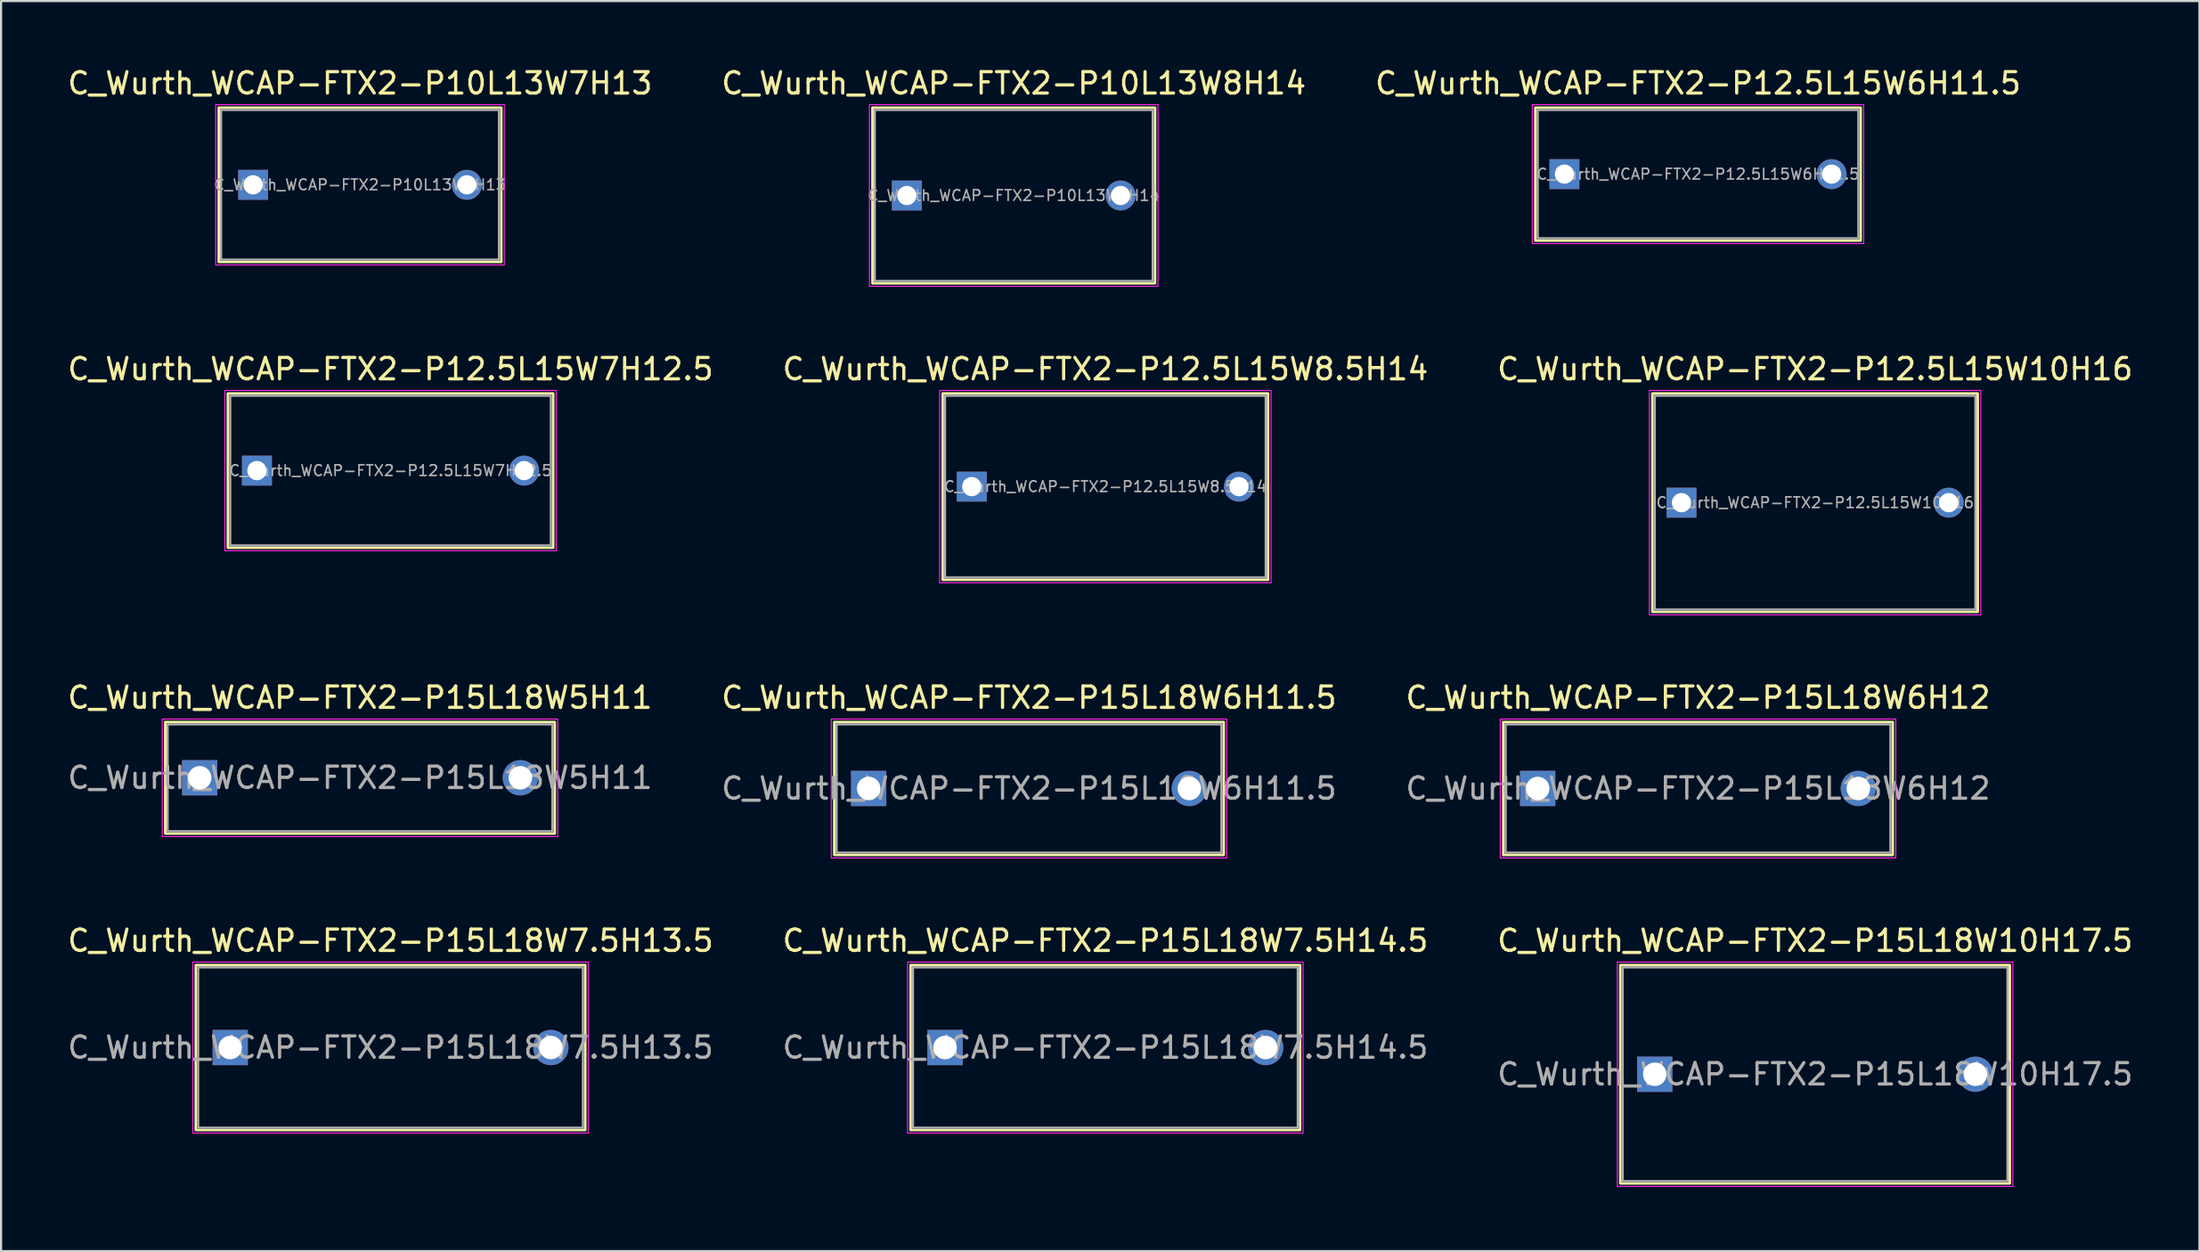
<source format=kicad_pcb>
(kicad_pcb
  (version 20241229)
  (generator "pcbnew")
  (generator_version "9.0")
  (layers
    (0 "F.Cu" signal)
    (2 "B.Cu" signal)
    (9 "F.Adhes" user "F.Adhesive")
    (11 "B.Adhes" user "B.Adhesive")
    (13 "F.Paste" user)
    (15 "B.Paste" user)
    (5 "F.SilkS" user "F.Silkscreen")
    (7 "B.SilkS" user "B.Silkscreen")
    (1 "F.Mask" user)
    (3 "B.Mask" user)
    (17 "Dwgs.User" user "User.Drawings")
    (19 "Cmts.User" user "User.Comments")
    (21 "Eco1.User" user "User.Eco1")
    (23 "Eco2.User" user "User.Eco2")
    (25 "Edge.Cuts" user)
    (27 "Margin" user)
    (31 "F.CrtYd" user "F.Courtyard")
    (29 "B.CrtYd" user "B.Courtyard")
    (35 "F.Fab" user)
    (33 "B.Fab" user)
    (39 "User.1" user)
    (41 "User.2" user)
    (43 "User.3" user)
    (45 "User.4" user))
  (footprint "C_Wurth_WCAP-FTX2-P12.5L15W10H16"
    (layer "F.Cu")
    (at 75.613 20.471)
    (property "Reference" "C_Wurth_WCAP-FTX2-P12.5L15W10H16" (at 6.25 -6.25 0) (unlocked yes) (layer "F.SilkS") (effects (font (size 1 1) (thickness 0.15))))
    (attr through_hole)
    (fp_rect (start -1.36 -5.11) (end 13.86 5.11) (stroke (width 0.12) (type solid)) (fill no) (layer "F.SilkS"))
    (fp_rect (start -1.5 -5.25) (end 14 5.25) (stroke (width 0.05) (type solid)) (fill no) (layer "F.CrtYd"))
    (fp_rect (start -1.25 -5) (end 13.75 5) (stroke (width 0.1) (type solid)) (fill no) (layer "F.Fab"))
    (fp_text user "${REFERENCE}" (at 6.25 0 0) (unlocked yes) (layer "F.Fab") (effects (font (size 0.5 0.5) (thickness 0.075))))
    (pad "1" thru_hole rect (at 0 0) (size 1.4 1.4) (drill 0.9) (layers "*.Cu" "*.Mask"))
    (pad "2" thru_hole circle (at 12.5 0) (size 1.4 1.4) (drill 0.9) (layers "*.Cu" "*.Mask")))
  (footprint "C_Wurth_WCAP-FTX2-P15L18W7.5H13.5"
    (layer "F.Cu")
    (at 7.72 45.968)
    (property "Reference" "C_Wurth_WCAP-FTX2-P15L18W7.5H13.5" (at 7.5 -5 0) (unlocked yes) (layer "F.SilkS") (effects (font (size 1 1) (thickness 0.15))))
    (attr through_hole)
    (fp_rect (start -1.61 -3.86) (end 16.61 3.86) (stroke (width 0.12) (type solid)) (fill no) (layer "F.SilkS"))
    (fp_rect (start -1.75 -4) (end 16.75 4) (stroke (width 0.05) (type solid)) (fill no) (layer "F.CrtYd"))
    (fp_rect (start -1.5 -3.75) (end 16.5 3.75) (stroke (width 0.1) (type solid)) (fill no) (layer "F.Fab"))
    (fp_text user "${REFERENCE}" (at 7.5 0 0) (unlocked yes) (layer "F.Fab") (effects (font (size 1 1) (thickness 0.15))))
    (pad "1" thru_hole rect (at 0 0) (size 1.65 1.65) (drill 1.1) (layers "*.Cu" "*.Mask"))
    (pad "2" thru_hole circle (at 15 0) (size 1.65 1.65) (drill 1.1) (layers "*.Cu" "*.Mask")))
  (footprint "C_Wurth_WCAP-FTX2-P15L18W7.5H14.5"
    (layer "F.Cu")
    (at 41.161 45.968)
    (property "Reference" "C_Wurth_WCAP-FTX2-P15L18W7.5H14.5" (at 7.5 -5 0) (unlocked yes) (layer "F.SilkS") (effects (font (size 1 1) (thickness 0.15))))
    (attr through_hole)
    (fp_rect (start -1.61 -3.86) (end 16.61 3.86) (stroke (width 0.12) (type solid)) (fill no) (layer "F.SilkS"))
    (fp_rect (start -1.75 -4) (end 16.75 4) (stroke (width 0.05) (type solid)) (fill no) (layer "F.CrtYd"))
    (fp_rect (start -1.5 -3.75) (end 16.5 3.75) (stroke (width 0.1) (type solid)) (fill no) (layer "F.Fab"))
    (fp_text user "${REFERENCE}" (at 7.5 0 0) (unlocked yes) (layer "F.Fab") (effects (font (size 1 1) (thickness 0.15))))
    (pad "1" thru_hole rect (at 0 0) (size 1.65 1.65) (drill 1.1) (layers "*.Cu" "*.Mask"))
    (pad "2" thru_hole circle (at 15 0) (size 1.65 1.65) (drill 1.1) (layers "*.Cu" "*.Mask")))
  (footprint "C_Wurth_WCAP-FTX2-P10L13W7H13"
    (layer "F.Cu")
    (at 8.792 5.598)
    (property "Reference" "C_Wurth_WCAP-FTX2-P10L13W7H13" (at 5 -4.75 0) (unlocked yes) (layer "F.SilkS") (effects (font (size 1 1) (thickness 0.15))))
    (attr through_hole)
    (fp_rect (start -1.61 -3.61) (end 11.61 3.61) (stroke (width 0.12) (type solid)) (fill no) (layer "F.SilkS"))
    (fp_rect (start -1.75 -3.75) (end 11.75 3.75) (stroke (width 0.05) (type solid)) (fill no) (layer "F.CrtYd"))
    (fp_rect (start -1.5 -3.5) (end 11.5 3.5) (stroke (width 0.1) (type solid)) (fill no) (layer "F.Fab"))
    (fp_text user "${REFERENCE}" (at 5 0 0) (unlocked yes) (layer "F.Fab") (effects (font (size 0.5 0.5) (thickness 0.075))))
    (pad "1" thru_hole rect (at 0 0) (size 1.4 1.4) (drill 0.9) (layers "*.Cu" "*.Mask"))
    (pad "2" thru_hole circle (at 10 0) (size 1.4 1.4) (drill 0.9) (layers "*.Cu" "*.Mask")))
  (footprint "C_Wurth_WCAP-FTX2-P12.5L15W8.5H14"
    (layer "F.Cu")
    (at 42.411 19.721)
    (property "Reference" "C_Wurth_WCAP-FTX2-P12.5L15W8.5H14" (at 6.25 -5.5 0) (unlocked yes) (layer "F.SilkS") (effects (font (size 1 1) (thickness 0.15))))
    (attr through_hole)
    (fp_rect (start -1.36 -4.36) (end 13.86 4.36) (stroke (width 0.12) (type solid)) (fill no) (layer "F.SilkS"))
    (fp_rect (start -1.5 -4.5) (end 14 4.5) (stroke (width 0.05) (type solid)) (fill no) (layer "F.CrtYd"))
    (fp_rect (start -1.25 -4.25) (end 13.75 4.25) (stroke (width 0.1) (type solid)) (fill no) (layer "F.Fab"))
    (fp_text user "${REFERENCE}" (at 6.25 0 0) (unlocked yes) (layer "F.Fab") (effects (font (size 0.5 0.5) (thickness 0.075))))
    (pad "1" thru_hole rect (at 0 0) (size 1.4 1.4) (drill 0.9) (layers "*.Cu" "*.Mask"))
    (pad "2" thru_hole circle (at 12.5 0) (size 1.4 1.4) (drill 0.9) (layers "*.Cu" "*.Mask")))
  (footprint "C_Wurth_WCAP-FTX2-P15L18W6H12"
    (layer "F.Cu")
    (at 68.887 33.845)
    (property "Reference" "C_Wurth_WCAP-FTX2-P15L18W6H12" (at 7.5 -4.25 0) (unlocked yes) (layer "F.SilkS") (effects (font (size 1 1) (thickness 0.15))))
    (attr through_hole)
    (fp_rect (start -1.61 -3.11) (end 16.61 3.11) (stroke (width 0.12) (type solid)) (fill no) (layer "F.SilkS"))
    (fp_rect (start -1.75 -3.25) (end 16.75 3.25) (stroke (width 0.05) (type solid)) (fill no) (layer "F.CrtYd"))
    (fp_rect (start -1.5 -3) (end 16.5 3) (stroke (width 0.1) (type solid)) (fill no) (layer "F.Fab"))
    (fp_text user "${REFERENCE}" (at 7.5 0 0) (unlocked yes) (layer "F.Fab") (effects (font (size 1 1) (thickness 0.15))))
    (pad "1" thru_hole rect (at 0 0) (size 1.65 1.65) (drill 1.1) (layers "*.Cu" "*.Mask"))
    (pad "2" thru_hole circle (at 15 0) (size 1.65 1.65) (drill 1.1) (layers "*.Cu" "*.Mask")))
  (footprint "C_Wurth_WCAP-FTX2-P15L18W6H11.5"
    (layer "F.Cu")
    (at 37.589 33.845)
    (property "Reference" "C_Wurth_WCAP-FTX2-P15L18W6H11.5" (at 7.5 -4.25 0) (unlocked yes) (layer "F.SilkS") (effects (font (size 1 1) (thickness 0.15))))
    (attr through_hole)
    (fp_rect (start -1.61 -3.11) (end 16.61 3.11) (stroke (width 0.12) (type solid)) (fill no) (layer "F.SilkS"))
    (fp_rect (start -1.75 -3.25) (end 16.75 3.25) (stroke (width 0.05) (type solid)) (fill no) (layer "F.CrtYd"))
    (fp_rect (start -1.5 -3) (end 16.5 3) (stroke (width 0.1) (type solid)) (fill no) (layer "F.Fab"))
    (fp_text user "${REFERENCE}" (at 7.5 0 0) (unlocked yes) (layer "F.Fab") (effects (font (size 1 1) (thickness 0.15))))
    (pad "1" thru_hole rect (at 0 0) (size 1.65 1.65) (drill 1.1) (layers "*.Cu" "*.Mask"))
    (pad "2" thru_hole circle (at 15 0) (size 1.65 1.65) (drill 1.1) (layers "*.Cu" "*.Mask")))
  (footprint "C_Wurth_WCAP-FTX2-P12.5L15W7H12.5"
    (layer "F.Cu")
    (at 8.97 18.971)
    (property "Reference" "C_Wurth_WCAP-FTX2-P12.5L15W7H12.5" (at 6.25 -4.75 0) (unlocked yes) (layer "F.SilkS") (effects (font (size 1 1) (thickness 0.15))))
    (attr through_hole)
    (fp_rect (start -1.36 -3.61) (end 13.86 3.61) (stroke (width 0.12) (type solid)) (fill no) (layer "F.SilkS"))
    (fp_rect (start -1.5 -3.75) (end 14 3.75) (stroke (width 0.05) (type solid)) (fill no) (layer "F.CrtYd"))
    (fp_rect (start -1.25 -3.5) (end 13.75 3.5) (stroke (width 0.1) (type solid)) (fill no) (layer "F.Fab"))
    (fp_text user "${REFERENCE}" (at 6.25 0 0) (unlocked yes) (layer "F.Fab") (effects (font (size 0.5 0.5) (thickness 0.075))))
    (pad "1" thru_hole rect (at 0 0) (size 1.4 1.4) (drill 0.9) (layers "*.Cu" "*.Mask"))
    (pad "2" thru_hole circle (at 12.5 0) (size 1.4 1.4) (drill 0.9) (layers "*.Cu" "*.Mask")))
  (footprint "C_Wurth_WCAP-FTX2-P12.5L15W6H11.5"
    (layer "F.Cu")
    (at 70.137 5.098)
    (property "Reference" "C_Wurth_WCAP-FTX2-P12.5L15W6H11.5" (at 6.25 -4.25 0) (unlocked yes) (layer "F.SilkS") (effects (font (size 1 1) (thickness 0.15))))
    (attr through_hole)
    (fp_rect (start -1.36 -3.11) (end 13.86 3.11) (stroke (width 0.12) (type solid)) (fill no) (layer "F.SilkS"))
    (fp_rect (start -1.5 -3.25) (end 14 3.25) (stroke (width 0.05) (type solid)) (fill no) (layer "F.CrtYd"))
    (fp_rect (start -1.25 -3) (end 13.75 3) (stroke (width 0.1) (type solid)) (fill no) (layer "F.Fab"))
    (fp_text user "${REFERENCE}" (at 6.25 0 0) (unlocked yes) (layer "F.Fab") (effects (font (size 0.5 0.5) (thickness 0.075))))
    (pad "1" thru_hole rect (at 0 0) (size 1.4 1.4) (drill 0.9) (layers "*.Cu" "*.Mask"))
    (pad "2" thru_hole circle (at 12.5 0) (size 1.4 1.4) (drill 0.9) (layers "*.Cu" "*.Mask")))
  (footprint "C_Wurth_WCAP-FTX2-P10L13W8H14"
    (layer "F.Cu")
    (at 39.375 6.098)
    (property "Reference" "C_Wurth_WCAP-FTX2-P10L13W8H14" (at 5 -5.25 0) (unlocked yes) (layer "F.SilkS") (effects (font (size 1 1) (thickness 0.15))))
    (attr through_hole)
    (fp_rect (start -1.61 -4.11) (end 11.61 4.11) (stroke (width 0.12) (type solid)) (fill no) (layer "F.SilkS"))
    (fp_rect (start -1.75 -4.25) (end 11.75 4.25) (stroke (width 0.05) (type solid)) (fill no) (layer "F.CrtYd"))
    (fp_rect (start -1.5 -4) (end 11.5 4) (stroke (width 0.1) (type solid)) (fill no) (layer "F.Fab"))
    (fp_text user "${REFERENCE}" (at 5 0 0) (unlocked yes) (layer "F.Fab") (effects (font (size 0.5 0.5) (thickness 0.075))))
    (pad "1" thru_hole rect (at 0 0) (size 1.4 1.4) (drill 0.9) (layers "*.Cu" "*.Mask"))
    (pad "2" thru_hole circle (at 10 0) (size 1.4 1.4) (drill 0.9) (layers "*.Cu" "*.Mask")))
  (footprint "C_Wurth_WCAP-FTX2-P15L18W5H11"
    (layer "F.Cu")
    (at 6.292 33.345)
    (property "Reference" "C_Wurth_WCAP-FTX2-P15L18W5H11" (at 7.5 -3.75 0) (unlocked yes) (layer "F.SilkS") (effects (font (size 1 1) (thickness 0.15))))
    (attr through_hole)
    (fp_rect (start -1.61 -2.61) (end 16.61 2.61) (stroke (width 0.12) (type solid)) (fill no) (layer "F.SilkS"))
    (fp_rect (start -1.75 -2.75) (end 16.75 2.75) (stroke (width 0.05) (type solid)) (fill no) (layer "F.CrtYd"))
    (fp_rect (start -1.5 -2.5) (end 16.5 2.5) (stroke (width 0.1) (type solid)) (fill no) (layer "F.Fab"))
    (fp_text user "${REFERENCE}" (at 7.5 0 0) (unlocked yes) (layer "F.Fab") (effects (font (size 1 1) (thickness 0.15))))
    (pad "1" thru_hole rect (at 0 0) (size 1.65 1.65) (drill 1.1) (layers "*.Cu" "*.Mask"))
    (pad "2" thru_hole circle (at 15 0) (size 1.65 1.65) (drill 1.1) (layers "*.Cu" "*.Mask")))
  (footprint "C_Wurth_WCAP-FTX2-P15L18W10H17.5"
    (layer "F.Cu")
    (at 74.363 47.218)
    (property "Reference" "C_Wurth_WCAP-FTX2-P15L18W10H17.5" (at 7.5 -6.25 0) (unlocked yes) (layer "F.SilkS") (effects (font (size 1 1) (thickness 0.15))))
    (attr through_hole)
    (fp_rect (start -1.61 -5.11) (end 16.61 5.11) (stroke (width 0.12) (type solid)) (fill no) (layer "F.SilkS"))
    (fp_rect (start -1.75 -5.25) (end 16.75 5.25) (stroke (width 0.05) (type solid)) (fill no) (layer "F.CrtYd"))
    (fp_rect (start -1.5 -5) (end 16.5 5) (stroke (width 0.1) (type solid)) (fill no) (layer "F.Fab"))
    (fp_text user "${REFERENCE}" (at 7.5 0 0) (unlocked yes) (layer "F.Fab") (effects (font (size 1 1) (thickness 0.15))))
    (pad "1" thru_hole rect (at 0 0) (size 1.65 1.65) (drill 1.1) (layers "*.Cu" "*.Mask"))
    (pad "2" thru_hole circle (at 15 0) (size 1.65 1.65) (drill 1.1) (layers "*.Cu" "*.Mask")))
  (gr_rect
    (start -3 -3)
    (end 99.845 55.493)
    (stroke (width 0.1) (type default))
    (fill no)
    (layer "Edge.Cuts")))
</source>
